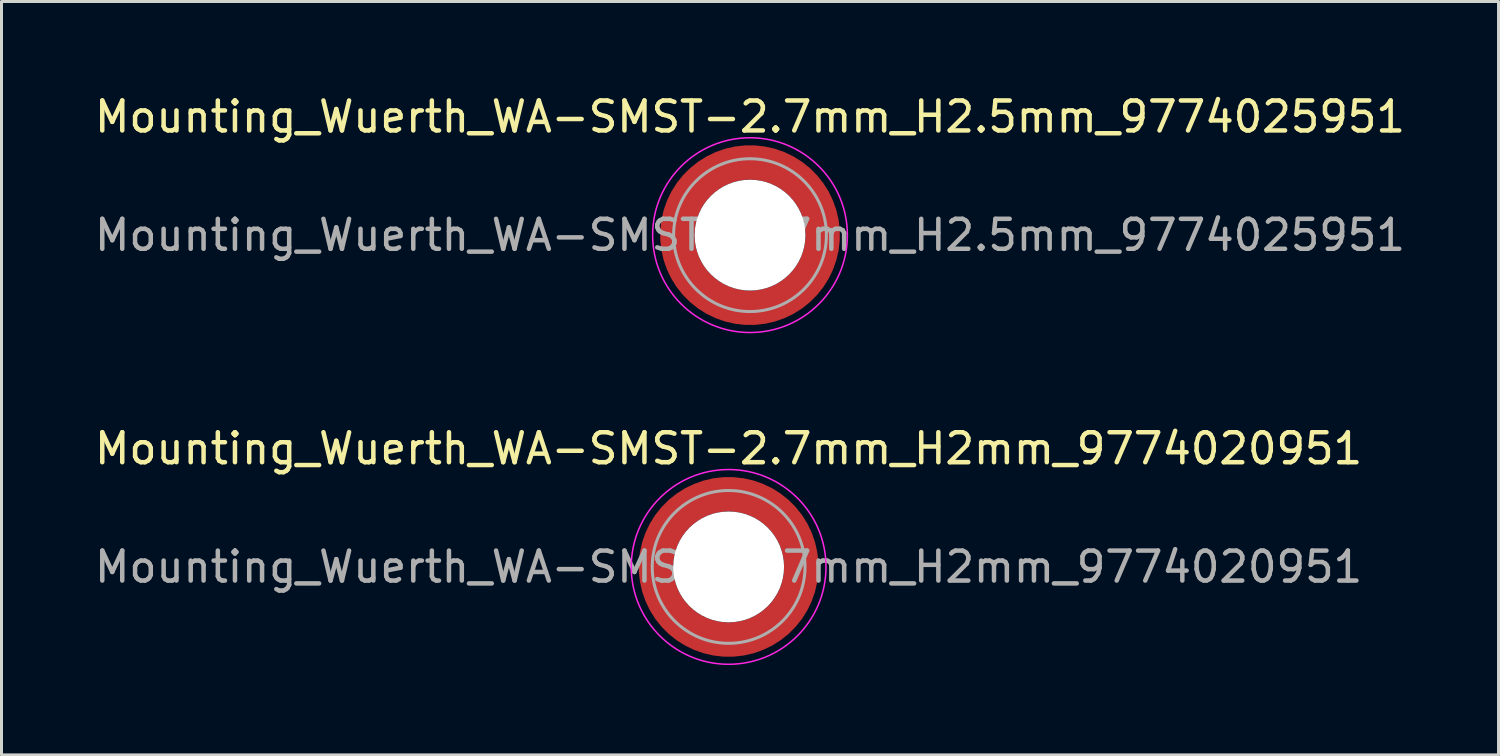
<source format=kicad_pcb>
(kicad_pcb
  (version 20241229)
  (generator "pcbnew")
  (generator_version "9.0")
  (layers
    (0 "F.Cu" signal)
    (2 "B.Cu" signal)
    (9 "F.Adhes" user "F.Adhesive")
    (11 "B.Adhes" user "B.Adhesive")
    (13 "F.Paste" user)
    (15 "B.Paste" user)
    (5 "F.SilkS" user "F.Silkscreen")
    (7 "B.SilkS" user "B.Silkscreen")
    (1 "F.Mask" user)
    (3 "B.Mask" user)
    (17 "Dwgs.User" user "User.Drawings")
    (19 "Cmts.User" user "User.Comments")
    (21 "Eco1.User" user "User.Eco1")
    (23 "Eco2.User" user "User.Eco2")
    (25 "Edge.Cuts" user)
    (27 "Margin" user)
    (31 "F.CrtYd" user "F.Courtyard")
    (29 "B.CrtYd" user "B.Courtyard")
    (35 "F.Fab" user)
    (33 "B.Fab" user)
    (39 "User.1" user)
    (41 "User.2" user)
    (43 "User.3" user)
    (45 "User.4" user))
  (footprint "Mounting_Wuerth_WA-SMST-2.7mm_H2mm_9774020951"
    (layer "F.Cu")
    (at 21.268 15.871)
    (property "Reference" "Mounting_Wuerth_WA-SMST-2.7mm_H2mm_9774020951" (at 0 -3.95 0) (layer "F.SilkS") (effects (font (size 1 1) (thickness 0.15))))
    (attr smd allow_soldermask_bridges)
    (fp_circle (center 0 0) (end 3.25 0) (stroke (width 0.05) (type solid)) (fill no) (layer "F.CrtYd"))
    (fp_circle (center 0 0) (end 2.55 0) (stroke (width 0.1) (type solid)) (fill no) (layer "F.Fab"))
    (fp_text user "${REFERENCE}" (at 0 0 0) (layer "F.Fab") (effects (font (size 1 1) (thickness 0.15))))
    (pad "" smd custom (at -1.704 -1.704) (size 0.51 0.51) (layers "F.Paste") (options (anchor circle)) (primitives (gr_arc (start -0.250195 1.279127) (mid 0.289914 0.289914) (end 1.279127 -0.250195) (width 0.2)) (gr_arc (start -0.34334 1.279127) (mid 0.225488 0.225488) (end 1.279127 -0.34334) (width 0.2)) (gr_arc (start -0.436309 1.279127) (mid 0.161063 0.161063) (end 1.279127 -0.436309) (width 0.2)) (gr_arc (start -0.529126 1.279127) (mid 0.096638 0.096638) (end 1.279127 -0.529126) (width 0.2)) (gr_arc (start -0.621807 1.279127) (mid 0.032213 0.032213) (end 1.279127 -0.621807) (width 0.2)) (gr_arc (start -0.71437 1.279127) (mid -0.032213 -0.032213) (end 1.279127 -0.71437) (width 0.2)) (gr_arc (start -0.806826 1.279127) (mid -0.096638 -0.096638) (end 1.279127 -0.806826) (width 0.2)) (gr_arc (start -0.899187 1.279127) (mid -0.161063 -0.161063) (end 1.279127 -0.899187) (width 0.2)) (gr_arc (start -0.991463 1.279127) (mid -0.225488 -0.225488) (end 1.279127 -0.991463) (width 0.2)) (gr_arc (start -1.083663 1.279127) (mid -0.289914 -0.289914) (end 1.279127 -1.083663) (width 0.2)) (gr_line (start 1.279 -0.25) (end 1.279 -1.084) (width 0.2)) (gr_line (start -0.25 1.279) (end -1.084 1.279) (width 0.2))))
    (pad "" smd custom (at -1.704 1.704) (size 0.51 0.51) (layers "F.Paste") (options (anchor circle)) (primitives (gr_arc (start 1.279127 0.250195) (mid 0.289914 -0.289914) (end -0.250195 -1.279127) (width 0.2)) (gr_arc (start 1.279127 0.34334) (mid 0.225488 -0.225488) (end -0.34334 -1.279127) (width 0.2)) (gr_arc (start 1.279127 0.436309) (mid 0.161063 -0.161063) (end -0.436309 -1.279127) (width 0.2)) (gr_arc (start 1.279127 0.529126) (mid 0.096638 -0.096638) (end -0.529126 -1.279127) (width 0.2)) (gr_arc (start 1.279127 0.621807) (mid 0.032213 -0.032213) (end -0.621807 -1.279127) (width 0.2)) (gr_arc (start 1.279127 0.71437) (mid -0.032213 0.032213) (end -0.71437 -1.279127) (width 0.2)) (gr_arc (start 1.279127 0.806826) (mid -0.096638 0.096638) (end -0.806826 -1.279127) (width 0.2)) (gr_arc (start 1.279127 0.899187) (mid -0.161063 0.161063) (end -0.899187 -1.279127) (width 0.2)) (gr_arc (start 1.279127 0.991463) (mid -0.225488 0.225488) (end -0.991463 -1.279127) (width 0.2)) (gr_arc (start 1.279127 1.083663) (mid -0.289914 0.289914) (end -1.083663 -1.279127) (width 0.2)) (gr_line (start -0.25 -1.279) (end -1.084 -1.279) (width 0.2)) (gr_line (start 1.279 0.25) (end 1.279 1.084) (width 0.2))))
    (pad "" np_thru_hole circle (at 0 0) (size 3.7 3.7) (drill 3.7) (layers "*.Cu" "*.Mask"))
    (pad "" smd custom (at 1.704 -1.704) (size 0.51 0.51) (layers "F.Paste") (options (anchor circle)) (primitives (gr_arc (start -1.279127 -0.250195) (mid -0.289914 0.289914) (end 0.250195 1.279127) (width 0.2)) (gr_arc (start -1.279127 -0.34334) (mid -0.225488 0.225488) (end 0.34334 1.279127) (width 0.2)) (gr_arc (start -1.279127 -0.436309) (mid -0.161063 0.161063) (end 0.436309 1.279127) (width 0.2)) (gr_arc (start -1.279127 -0.529126) (mid -0.096638 0.096638) (end 0.529126 1.279127) (width 0.2)) (gr_arc (start -1.279127 -0.621807) (mid -0.032213 0.032213) (end 0.621807 1.279127) (width 0.2)) (gr_arc (start -1.279127 -0.71437) (mid 0.032213 -0.032213) (end 0.71437 1.279127) (width 0.2)) (gr_arc (start -1.279127 -0.806826) (mid 0.096638 -0.096638) (end 0.806826 1.279127) (width 0.2)) (gr_arc (start -1.279127 -0.899187) (mid 0.161063 -0.161063) (end 0.899187 1.279127) (width 0.2)) (gr_arc (start -1.279127 -0.991463) (mid 0.225488 -0.225488) (end 0.991463 1.279127) (width 0.2)) (gr_arc (start -1.279127 -1.083663) (mid 0.289914 -0.289914) (end 1.083663 1.279127) (width 0.2)) (gr_line (start 0.25 1.279) (end 1.084 1.279) (width 0.2)) (gr_line (start -1.279 -0.25) (end -1.279 -1.084) (width 0.2))))
    (pad "" smd custom (at 1.704 1.704) (size 0.51 0.51) (layers "F.Paste") (options (anchor circle)) (primitives (gr_arc (start 0.250195 -1.279127) (mid -0.289914 -0.289914) (end -1.279127 0.250195) (width 0.2)) (gr_arc (start 0.34334 -1.279127) (mid -0.225488 -0.225488) (end -1.279127 0.34334) (width 0.2)) (gr_arc (start 0.436309 -1.279127) (mid -0.161063 -0.161063) (end -1.279127 0.436309) (width 0.2)) (gr_arc (start 0.529126 -1.279127) (mid -0.096638 -0.096638) (end -1.279127 0.529126) (width 0.2)) (gr_arc (start 0.621807 -1.279127) (mid -0.032213 -0.032213) (end -1.279127 0.621807) (width 0.2)) (gr_arc (start 0.71437 -1.279127) (mid 0.032213 0.032213) (end -1.279127 0.71437) (width 0.2)) (gr_arc (start 0.806826 -1.279127) (mid 0.096638 0.096638) (end -1.279127 0.806826) (width 0.2)) (gr_arc (start 0.899187 -1.279127) (mid 0.161063 0.161063) (end -1.279127 0.899187) (width 0.2)) (gr_arc (start 0.991463 -1.279127) (mid 0.225488 0.225488) (end -1.279127 0.991463) (width 0.2)) (gr_arc (start 1.083663 -1.279127) (mid 0.289914 0.289914) (end -1.279127 1.083663) (width 0.2)) (gr_line (start -1.279 0.25) (end -1.279 1.084) (width 0.2)) (gr_line (start 0.25 -1.279) (end 1.084 -1.279) (width 0.2))))
    (pad "1" smd circle (at -2.425 0) (size 0.642 0.642) (layers "F.Cu"))
    (pad "1" smd circle (at 0 -2.425) (size 0.642 0.642) (layers "F.Cu"))
    (pad "1" smd circle (at 0 2.425) (size 0.642 0.642) (layers "F.Cu"))
    (pad "1" smd custom (at 2.425 0) (size 1.15 1.15) (layers "F.Cu" "F.Mask") (options (anchor circle)) (primitives (gr_circle (center -2.425 0) (end 0 0) (width 1.15) (fill no)))))
  (footprint "Mounting_Wuerth_WA-SMST-2.7mm_H2.5mm_9774025951"
    (layer "F.Cu")
    (at 21.982 4.798)
    (property "Reference" "Mounting_Wuerth_WA-SMST-2.7mm_H2.5mm_9774025951" (at 0 -3.95 0) (layer "F.SilkS") (effects (font (size 1 1) (thickness 0.15))))
    (attr smd allow_soldermask_bridges)
    (fp_circle (center 0 0) (end 3.25 0) (stroke (width 0.05) (type solid)) (fill no) (layer "F.CrtYd"))
    (fp_circle (center 0 0) (end 2.55 0) (stroke (width 0.1) (type solid)) (fill no) (layer "F.Fab"))
    (fp_text user "${REFERENCE}" (at 0 0 0) (layer "F.Fab") (effects (font (size 1 1) (thickness 0.15))))
    (pad "" smd custom (at -1.704 -1.704) (size 0.51 0.51) (layers "F.Paste") (options (anchor circle)) (primitives (gr_arc (start -0.250195 1.279127) (mid 0.289914 0.289914) (end 1.279127 -0.250195) (width 0.2)) (gr_arc (start -0.34334 1.279127) (mid 0.225488 0.225488) (end 1.279127 -0.34334) (width 0.2)) (gr_arc (start -0.436309 1.279127) (mid 0.161063 0.161063) (end 1.279127 -0.436309) (width 0.2)) (gr_arc (start -0.529126 1.279127) (mid 0.096638 0.096638) (end 1.279127 -0.529126) (width 0.2)) (gr_arc (start -0.621807 1.279127) (mid 0.032213 0.032213) (end 1.279127 -0.621807) (width 0.2)) (gr_arc (start -0.71437 1.279127) (mid -0.032213 -0.032213) (end 1.279127 -0.71437) (width 0.2)) (gr_arc (start -0.806826 1.279127) (mid -0.096638 -0.096638) (end 1.279127 -0.806826) (width 0.2)) (gr_arc (start -0.899187 1.279127) (mid -0.161063 -0.161063) (end 1.279127 -0.899187) (width 0.2)) (gr_arc (start -0.991463 1.279127) (mid -0.225488 -0.225488) (end 1.279127 -0.991463) (width 0.2)) (gr_arc (start -1.083663 1.279127) (mid -0.289914 -0.289914) (end 1.279127 -1.083663) (width 0.2)) (gr_line (start 1.279 -0.25) (end 1.279 -1.084) (width 0.2)) (gr_line (start -0.25 1.279) (end -1.084 1.279) (width 0.2))))
    (pad "" smd custom (at -1.704 1.704) (size 0.51 0.51) (layers "F.Paste") (options (anchor circle)) (primitives (gr_arc (start 1.279127 0.250195) (mid 0.289914 -0.289914) (end -0.250195 -1.279127) (width 0.2)) (gr_arc (start 1.279127 0.34334) (mid 0.225488 -0.225488) (end -0.34334 -1.279127) (width 0.2)) (gr_arc (start 1.279127 0.436309) (mid 0.161063 -0.161063) (end -0.436309 -1.279127) (width 0.2)) (gr_arc (start 1.279127 0.529126) (mid 0.096638 -0.096638) (end -0.529126 -1.279127) (width 0.2)) (gr_arc (start 1.279127 0.621807) (mid 0.032213 -0.032213) (end -0.621807 -1.279127) (width 0.2)) (gr_arc (start 1.279127 0.71437) (mid -0.032213 0.032213) (end -0.71437 -1.279127) (width 0.2)) (gr_arc (start 1.279127 0.806826) (mid -0.096638 0.096638) (end -0.806826 -1.279127) (width 0.2)) (gr_arc (start 1.279127 0.899187) (mid -0.161063 0.161063) (end -0.899187 -1.279127) (width 0.2)) (gr_arc (start 1.279127 0.991463) (mid -0.225488 0.225488) (end -0.991463 -1.279127) (width 0.2)) (gr_arc (start 1.279127 1.083663) (mid -0.289914 0.289914) (end -1.083663 -1.279127) (width 0.2)) (gr_line (start -0.25 -1.279) (end -1.084 -1.279) (width 0.2)) (gr_line (start 1.279 0.25) (end 1.279 1.084) (width 0.2))))
    (pad "" np_thru_hole circle (at 0 0) (size 3.7 3.7) (drill 3.7) (layers "*.Cu" "*.Mask"))
    (pad "" smd custom (at 1.704 -1.704) (size 0.51 0.51) (layers "F.Paste") (options (anchor circle)) (primitives (gr_arc (start -1.279127 -0.250195) (mid -0.289914 0.289914) (end 0.250195 1.279127) (width 0.2)) (gr_arc (start -1.279127 -0.34334) (mid -0.225488 0.225488) (end 0.34334 1.279127) (width 0.2)) (gr_arc (start -1.279127 -0.436309) (mid -0.161063 0.161063) (end 0.436309 1.279127) (width 0.2)) (gr_arc (start -1.279127 -0.529126) (mid -0.096638 0.096638) (end 0.529126 1.279127) (width 0.2)) (gr_arc (start -1.279127 -0.621807) (mid -0.032213 0.032213) (end 0.621807 1.279127) (width 0.2)) (gr_arc (start -1.279127 -0.71437) (mid 0.032213 -0.032213) (end 0.71437 1.279127) (width 0.2)) (gr_arc (start -1.279127 -0.806826) (mid 0.096638 -0.096638) (end 0.806826 1.279127) (width 0.2)) (gr_arc (start -1.279127 -0.899187) (mid 0.161063 -0.161063) (end 0.899187 1.279127) (width 0.2)) (gr_arc (start -1.279127 -0.991463) (mid 0.225488 -0.225488) (end 0.991463 1.279127) (width 0.2)) (gr_arc (start -1.279127 -1.083663) (mid 0.289914 -0.289914) (end 1.083663 1.279127) (width 0.2)) (gr_line (start 0.25 1.279) (end 1.084 1.279) (width 0.2)) (gr_line (start -1.279 -0.25) (end -1.279 -1.084) (width 0.2))))
    (pad "" smd custom (at 1.704 1.704) (size 0.51 0.51) (layers "F.Paste") (options (anchor circle)) (primitives (gr_arc (start 0.250195 -1.279127) (mid -0.289914 -0.289914) (end -1.279127 0.250195) (width 0.2)) (gr_arc (start 0.34334 -1.279127) (mid -0.225488 -0.225488) (end -1.279127 0.34334) (width 0.2)) (gr_arc (start 0.436309 -1.279127) (mid -0.161063 -0.161063) (end -1.279127 0.436309) (width 0.2)) (gr_arc (start 0.529126 -1.279127) (mid -0.096638 -0.096638) (end -1.279127 0.529126) (width 0.2)) (gr_arc (start 0.621807 -1.279127) (mid -0.032213 -0.032213) (end -1.279127 0.621807) (width 0.2)) (gr_arc (start 0.71437 -1.279127) (mid 0.032213 0.032213) (end -1.279127 0.71437) (width 0.2)) (gr_arc (start 0.806826 -1.279127) (mid 0.096638 0.096638) (end -1.279127 0.806826) (width 0.2)) (gr_arc (start 0.899187 -1.279127) (mid 0.161063 0.161063) (end -1.279127 0.899187) (width 0.2)) (gr_arc (start 0.991463 -1.279127) (mid 0.225488 0.225488) (end -1.279127 0.991463) (width 0.2)) (gr_arc (start 1.083663 -1.279127) (mid 0.289914 0.289914) (end -1.279127 1.083663) (width 0.2)) (gr_line (start -1.279 0.25) (end -1.279 1.084) (width 0.2)) (gr_line (start 0.25 -1.279) (end 1.084 -1.279) (width 0.2))))
    (pad "1" smd circle (at -2.425 0) (size 0.642 0.642) (layers "F.Cu"))
    (pad "1" smd circle (at 0 -2.425) (size 0.642 0.642) (layers "F.Cu"))
    (pad "1" smd circle (at 0 2.425) (size 0.642 0.642) (layers "F.Cu"))
    (pad "1" smd custom (at 2.425 0) (size 1.15 1.15) (layers "F.Cu" "F.Mask") (options (anchor circle)) (primitives (gr_circle (center -2.425 0) (end 0 0) (width 1.15) (fill no)))))
  (gr_rect
    (start -3 -3)
    (end 46.964 22.146)
    (stroke (width 0.1) (type default))
    (fill no)
    (layer "Edge.Cuts")))
</source>
